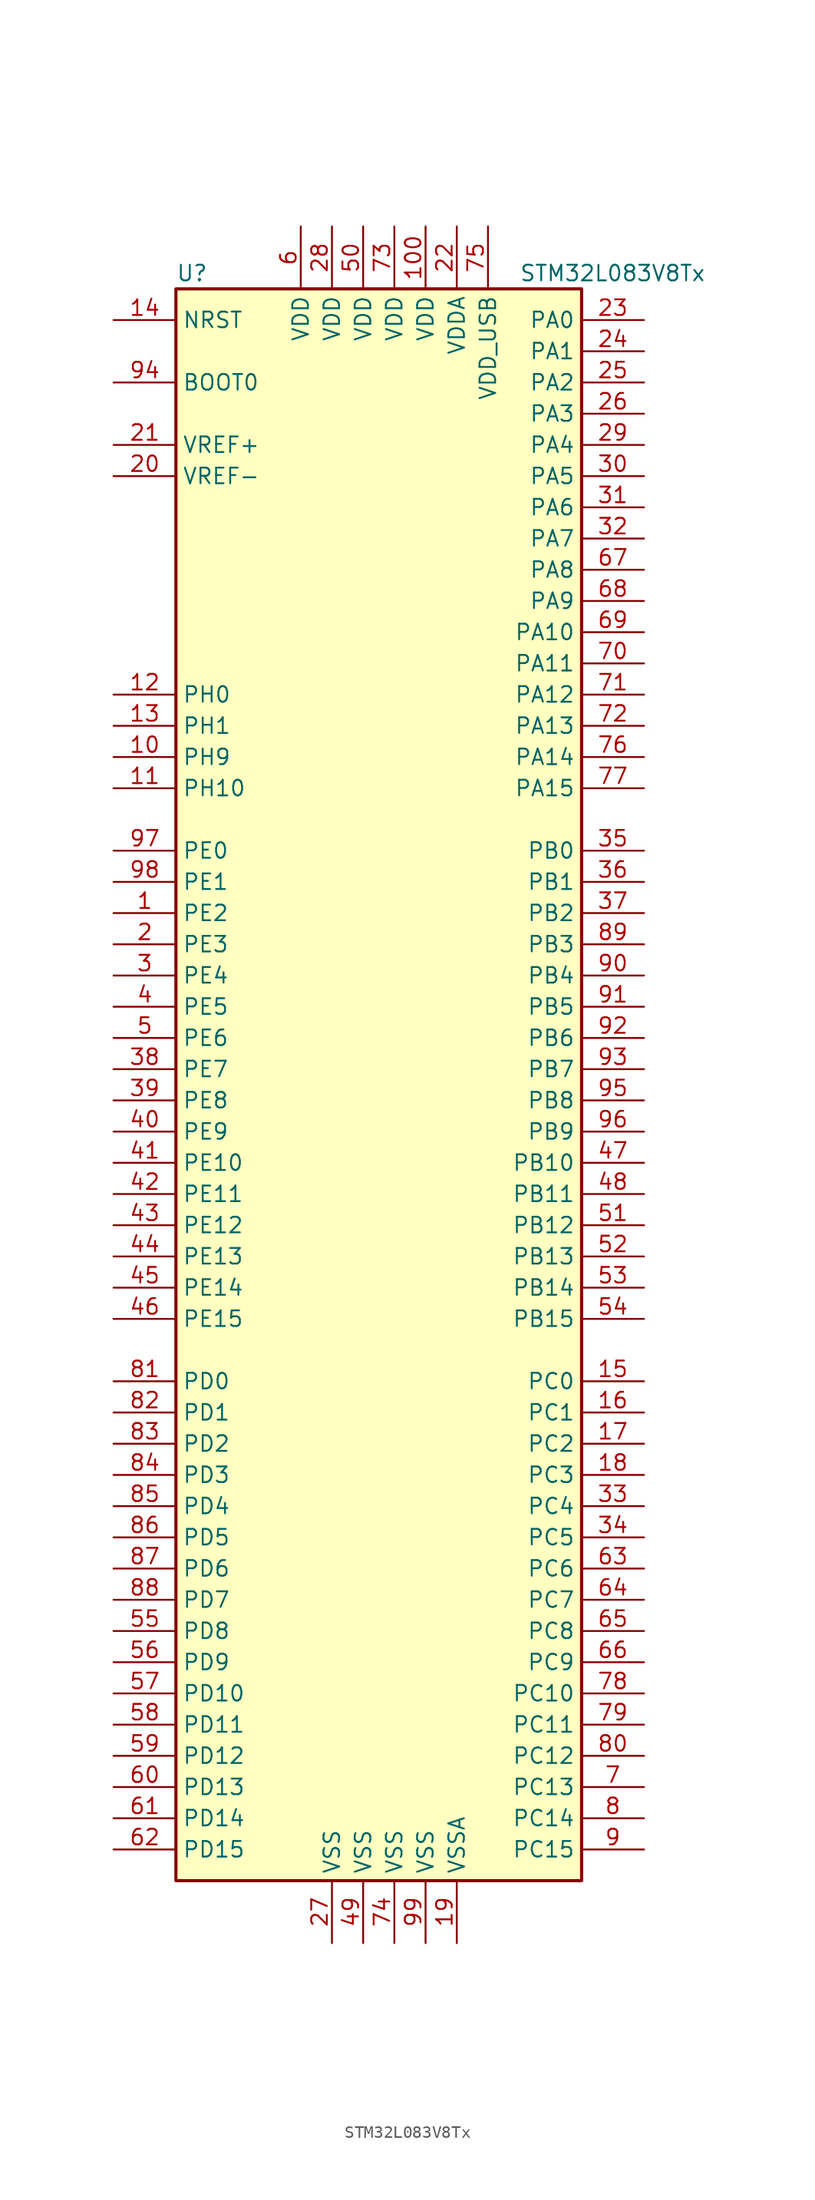
<source format=kicad_sym>
(kicad_symbol_lib
  (version 20201005)
  (generator kicad_symbol_editor)
  (symbol "STM32L083V8Tx"
    (property "Reference" "U"
      (at -17.78 64.77 0)
      (effects (font (size 1.27 1.27)) (justify left)))
    (property "Value" "STM32L083V8Tx"
      (at 10.16 64.77 0)
      (effects (font (size 1.27 1.27)) (justify left)))
    (symbol "STM32L083V8Tx_0_1"
      (rectangle (start -17.78 -66.04) (end 15.24 63.5) (stroke (width 0.254)) (fill (type background))))
    (symbol "STM32L083V8Tx_1_1"
      (pin bidirectional line (at -22.86 12.7 0) (length 5.08) (name "PE2" (effects (font (size 1.27 1.27)))) (number "1" (effects (font (size 1.27 1.27)))))
      (pin bidirectional line (at -22.86 25.4 0) (length 5.08) (name "PH9" (effects (font (size 1.27 1.27)))) (number "10" (effects (font (size 1.27 1.27)))))
      (pin power_in line (at 2.54 68.58 270) (length 5.08) (name "VDD" (effects (font (size 1.27 1.27)))) (number "100" (effects (font (size 1.27 1.27)))))
      (pin bidirectional line (at -22.86 22.86 0) (length 5.08) (name "PH10" (effects (font (size 1.27 1.27)))) (number "11" (effects (font (size 1.27 1.27)))))
      (pin input line (at -22.86 30.48 0) (length 5.08) (name "PH0" (effects (font (size 1.27 1.27)))) (number "12" (effects (font (size 1.27 1.27)))))
      (pin input line (at -22.86 27.94 0) (length 5.08) (name "PH1" (effects (font (size 1.27 1.27)))) (number "13" (effects (font (size 1.27 1.27)))))
      (pin input line (at -22.86 60.96 0) (length 5.08) (name "NRST" (effects (font (size 1.27 1.27)))) (number "14" (effects (font (size 1.27 1.27)))))
      (pin bidirectional line (at 20.32 -25.4 180) (length 5.08) (name "PC0" (effects (font (size 1.27 1.27)))) (number "15" (effects (font (size 1.27 1.27)))))
      (pin bidirectional line (at 20.32 -27.94 180) (length 5.08) (name "PC1" (effects (font (size 1.27 1.27)))) (number "16" (effects (font (size 1.27 1.27)))))
      (pin bidirectional line (at 20.32 -30.48 180) (length 5.08) (name "PC2" (effects (font (size 1.27 1.27)))) (number "17" (effects (font (size 1.27 1.27)))))
      (pin bidirectional line (at 20.32 -33.02 180) (length 5.08) (name "PC3" (effects (font (size 1.27 1.27)))) (number "18" (effects (font (size 1.27 1.27)))))
      (pin power_in line (at 5.08 -71.12 90) (length 5.08) (name "VSSA" (effects (font (size 1.27 1.27)))) (number "19" (effects (font (size 1.27 1.27)))))
      (pin bidirectional line (at -22.86 10.16 0) (length 5.08) (name "PE3" (effects (font (size 1.27 1.27)))) (number "2" (effects (font (size 1.27 1.27)))))
      (pin power_in line (at -22.86 48.26 0) (length 5.08) (name "VREF-" (effects (font (size 1.27 1.27)))) (number "20" (effects (font (size 1.27 1.27)))))
      (pin power_in line (at -22.86 50.8 0) (length 5.08) (name "VREF+" (effects (font (size 1.27 1.27)))) (number "21" (effects (font (size 1.27 1.27)))))
      (pin power_in line (at 5.08 68.58 270) (length 5.08) (name "VDDA" (effects (font (size 1.27 1.27)))) (number "22" (effects (font (size 1.27 1.27)))))
      (pin bidirectional line (at 20.32 60.96 180) (length 5.08) (name "PA0" (effects (font (size 1.27 1.27)))) (number "23" (effects (font (size 1.27 1.27)))))
      (pin bidirectional line (at 20.32 58.42 180) (length 5.08) (name "PA1" (effects (font (size 1.27 1.27)))) (number "24" (effects (font (size 1.27 1.27)))))
      (pin bidirectional line (at 20.32 55.88 180) (length 5.08) (name "PA2" (effects (font (size 1.27 1.27)))) (number "25" (effects (font (size 1.27 1.27)))))
      (pin bidirectional line (at 20.32 53.34 180) (length 5.08) (name "PA3" (effects (font (size 1.27 1.27)))) (number "26" (effects (font (size 1.27 1.27)))))
      (pin power_in line (at -5.08 -71.12 90) (length 5.08) (name "VSS" (effects (font (size 1.27 1.27)))) (number "27" (effects (font (size 1.27 1.27)))))
      (pin power_in line (at -5.08 68.58 270) (length 5.08) (name "VDD" (effects (font (size 1.27 1.27)))) (number "28" (effects (font (size 1.27 1.27)))))
      (pin bidirectional line (at 20.32 50.8 180) (length 5.08) (name "PA4" (effects (font (size 1.27 1.27)))) (number "29" (effects (font (size 1.27 1.27)))))
      (pin bidirectional line (at -22.86 7.62 0) (length 5.08) (name "PE4" (effects (font (size 1.27 1.27)))) (number "3" (effects (font (size 1.27 1.27)))))
      (pin bidirectional line (at 20.32 48.26 180) (length 5.08) (name "PA5" (effects (font (size 1.27 1.27)))) (number "30" (effects (font (size 1.27 1.27)))))
      (pin bidirectional line (at 20.32 45.72 180) (length 5.08) (name "PA6" (effects (font (size 1.27 1.27)))) (number "31" (effects (font (size 1.27 1.27)))))
      (pin bidirectional line (at 20.32 43.18 180) (length 5.08) (name "PA7" (effects (font (size 1.27 1.27)))) (number "32" (effects (font (size 1.27 1.27)))))
      (pin bidirectional line (at 20.32 -35.56 180) (length 5.08) (name "PC4" (effects (font (size 1.27 1.27)))) (number "33" (effects (font (size 1.27 1.27)))))
      (pin bidirectional line (at 20.32 -38.1 180) (length 5.08) (name "PC5" (effects (font (size 1.27 1.27)))) (number "34" (effects (font (size 1.27 1.27)))))
      (pin bidirectional line (at 20.32 17.78 180) (length 5.08) (name "PB0" (effects (font (size 1.27 1.27)))) (number "35" (effects (font (size 1.27 1.27)))))
      (pin bidirectional line (at 20.32 15.24 180) (length 5.08) (name "PB1" (effects (font (size 1.27 1.27)))) (number "36" (effects (font (size 1.27 1.27)))))
      (pin bidirectional line (at 20.32 12.7 180) (length 5.08) (name "PB2" (effects (font (size 1.27 1.27)))) (number "37" (effects (font (size 1.27 1.27)))))
      (pin bidirectional line (at -22.86 0 0) (length 5.08) (name "PE7" (effects (font (size 1.27 1.27)))) (number "38" (effects (font (size 1.27 1.27)))))
      (pin bidirectional line (at -22.86 -2.54 0) (length 5.08) (name "PE8" (effects (font (size 1.27 1.27)))) (number "39" (effects (font (size 1.27 1.27)))))
      (pin bidirectional line (at -22.86 5.08 0) (length 5.08) (name "PE5" (effects (font (size 1.27 1.27)))) (number "4" (effects (font (size 1.27 1.27)))))
      (pin bidirectional line (at -22.86 -5.08 0) (length 5.08) (name "PE9" (effects (font (size 1.27 1.27)))) (number "40" (effects (font (size 1.27 1.27)))))
      (pin bidirectional line (at -22.86 -7.62 0) (length 5.08) (name "PE10" (effects (font (size 1.27 1.27)))) (number "41" (effects (font (size 1.27 1.27)))))
      (pin bidirectional line (at -22.86 -10.16 0) (length 5.08) (name "PE11" (effects (font (size 1.27 1.27)))) (number "42" (effects (font (size 1.27 1.27)))))
      (pin bidirectional line (at -22.86 -12.7 0) (length 5.08) (name "PE12" (effects (font (size 1.27 1.27)))) (number "43" (effects (font (size 1.27 1.27)))))
      (pin bidirectional line (at -22.86 -15.24 0) (length 5.08) (name "PE13" (effects (font (size 1.27 1.27)))) (number "44" (effects (font (size 1.27 1.27)))))
      (pin bidirectional line (at -22.86 -17.78 0) (length 5.08) (name "PE14" (effects (font (size 1.27 1.27)))) (number "45" (effects (font (size 1.27 1.27)))))
      (pin bidirectional line (at -22.86 -20.32 0) (length 5.08) (name "PE15" (effects (font (size 1.27 1.27)))) (number "46" (effects (font (size 1.27 1.27)))))
      (pin bidirectional line (at 20.32 -7.62 180) (length 5.08) (name "PB10" (effects (font (size 1.27 1.27)))) (number "47" (effects (font (size 1.27 1.27)))))
      (pin bidirectional line (at 20.32 -10.16 180) (length 5.08) (name "PB11" (effects (font (size 1.27 1.27)))) (number "48" (effects (font (size 1.27 1.27)))))
      (pin power_in line (at -2.54 -71.12 90) (length 5.08) (name "VSS" (effects (font (size 1.27 1.27)))) (number "49" (effects (font (size 1.27 1.27)))))
      (pin bidirectional line (at -22.86 2.54 0) (length 5.08) (name "PE6" (effects (font (size 1.27 1.27)))) (number "5" (effects (font (size 1.27 1.27)))))
      (pin power_in line (at -2.54 68.58 270) (length 5.08) (name "VDD" (effects (font (size 1.27 1.27)))) (number "50" (effects (font (size 1.27 1.27)))))
      (pin bidirectional line (at 20.32 -12.7 180) (length 5.08) (name "PB12" (effects (font (size 1.27 1.27)))) (number "51" (effects (font (size 1.27 1.27)))))
      (pin bidirectional line (at 20.32 -15.24 180) (length 5.08) (name "PB13" (effects (font (size 1.27 1.27)))) (number "52" (effects (font (size 1.27 1.27)))))
      (pin bidirectional line (at 20.32 -17.78 180) (length 5.08) (name "PB14" (effects (font (size 1.27 1.27)))) (number "53" (effects (font (size 1.27 1.27)))))
      (pin bidirectional line (at 20.32 -20.32 180) (length 5.08) (name "PB15" (effects (font (size 1.27 1.27)))) (number "54" (effects (font (size 1.27 1.27)))))
      (pin bidirectional line (at -22.86 -45.72 0) (length 5.08) (name "PD8" (effects (font (size 1.27 1.27)))) (number "55" (effects (font (size 1.27 1.27)))))
      (pin bidirectional line (at -22.86 -48.26 0) (length 5.08) (name "PD9" (effects (font (size 1.27 1.27)))) (number "56" (effects (font (size 1.27 1.27)))))
      (pin bidirectional line (at -22.86 -50.8 0) (length 5.08) (name "PD10" (effects (font (size 1.27 1.27)))) (number "57" (effects (font (size 1.27 1.27)))))
      (pin bidirectional line (at -22.86 -53.34 0) (length 5.08) (name "PD11" (effects (font (size 1.27 1.27)))) (number "58" (effects (font (size 1.27 1.27)))))
      (pin bidirectional line (at -22.86 -55.88 0) (length 5.08) (name "PD12" (effects (font (size 1.27 1.27)))) (number "59" (effects (font (size 1.27 1.27)))))
      (pin power_in line (at -7.62 68.58 270) (length 5.08) (name "VDD" (effects (font (size 1.27 1.27)))) (number "6" (effects (font (size 1.27 1.27)))))
      (pin bidirectional line (at -22.86 -58.42 0) (length 5.08) (name "PD13" (effects (font (size 1.27 1.27)))) (number "60" (effects (font (size 1.27 1.27)))))
      (pin bidirectional line (at -22.86 -60.96 0) (length 5.08) (name "PD14" (effects (font (size 1.27 1.27)))) (number "61" (effects (font (size 1.27 1.27)))))
      (pin bidirectional line (at -22.86 -63.5 0) (length 5.08) (name "PD15" (effects (font (size 1.27 1.27)))) (number "62" (effects (font (size 1.27 1.27)))))
      (pin bidirectional line (at 20.32 -40.64 180) (length 5.08) (name "PC6" (effects (font (size 1.27 1.27)))) (number "63" (effects (font (size 1.27 1.27)))))
      (pin bidirectional line (at 20.32 -43.18 180) (length 5.08) (name "PC7" (effects (font (size 1.27 1.27)))) (number "64" (effects (font (size 1.27 1.27)))))
      (pin bidirectional line (at 20.32 -45.72 180) (length 5.08) (name "PC8" (effects (font (size 1.27 1.27)))) (number "65" (effects (font (size 1.27 1.27)))))
      (pin bidirectional line (at 20.32 -48.26 180) (length 5.08) (name "PC9" (effects (font (size 1.27 1.27)))) (number "66" (effects (font (size 1.27 1.27)))))
      (pin bidirectional line (at 20.32 40.64 180) (length 5.08) (name "PA8" (effects (font (size 1.27 1.27)))) (number "67" (effects (font (size 1.27 1.27)))))
      (pin bidirectional line (at 20.32 38.1 180) (length 5.08) (name "PA9" (effects (font (size 1.27 1.27)))) (number "68" (effects (font (size 1.27 1.27)))))
      (pin bidirectional line (at 20.32 35.56 180) (length 5.08) (name "PA10" (effects (font (size 1.27 1.27)))) (number "69" (effects (font (size 1.27 1.27)))))
      (pin bidirectional line (at 20.32 -58.42 180) (length 5.08) (name "PC13" (effects (font (size 1.27 1.27)))) (number "7" (effects (font (size 1.27 1.27)))))
      (pin bidirectional line (at 20.32 33.02 180) (length 5.08) (name "PA11" (effects (font (size 1.27 1.27)))) (number "70" (effects (font (size 1.27 1.27)))))
      (pin bidirectional line (at 20.32 30.48 180) (length 5.08) (name "PA12" (effects (font (size 1.27 1.27)))) (number "71" (effects (font (size 1.27 1.27)))))
      (pin bidirectional line (at 20.32 27.94 180) (length 5.08) (name "PA13" (effects (font (size 1.27 1.27)))) (number "72" (effects (font (size 1.27 1.27)))))
      (pin power_in line (at 0 68.58 270) (length 5.08) (name "VDD" (effects (font (size 1.27 1.27)))) (number "73" (effects (font (size 1.27 1.27)))))
      (pin power_in line (at 0 -71.12 90) (length 5.08) (name "VSS" (effects (font (size 1.27 1.27)))) (number "74" (effects (font (size 1.27 1.27)))))
      (pin power_in line (at 7.62 68.58 270) (length 5.08) (name "VDD_USB" (effects (font (size 1.27 1.27)))) (number "75" (effects (font (size 1.27 1.27)))))
      (pin bidirectional line (at 20.32 25.4 180) (length 5.08) (name "PA14" (effects (font (size 1.27 1.27)))) (number "76" (effects (font (size 1.27 1.27)))))
      (pin bidirectional line (at 20.32 22.86 180) (length 5.08) (name "PA15" (effects (font (size 1.27 1.27)))) (number "77" (effects (font (size 1.27 1.27)))))
      (pin bidirectional line (at 20.32 -50.8 180) (length 5.08) (name "PC10" (effects (font (size 1.27 1.27)))) (number "78" (effects (font (size 1.27 1.27)))))
      (pin bidirectional line (at 20.32 -53.34 180) (length 5.08) (name "PC11" (effects (font (size 1.27 1.27)))) (number "79" (effects (font (size 1.27 1.27)))))
      (pin bidirectional line (at 20.32 -60.96 180) (length 5.08) (name "PC14" (effects (font (size 1.27 1.27)))) (number "8" (effects (font (size 1.27 1.27)))))
      (pin bidirectional line (at 20.32 -55.88 180) (length 5.08) (name "PC12" (effects (font (size 1.27 1.27)))) (number "80" (effects (font (size 1.27 1.27)))))
      (pin bidirectional line (at -22.86 -25.4 0) (length 5.08) (name "PD0" (effects (font (size 1.27 1.27)))) (number "81" (effects (font (size 1.27 1.27)))))
      (pin bidirectional line (at -22.86 -27.94 0) (length 5.08) (name "PD1" (effects (font (size 1.27 1.27)))) (number "82" (effects (font (size 1.27 1.27)))))
      (pin bidirectional line (at -22.86 -30.48 0) (length 5.08) (name "PD2" (effects (font (size 1.27 1.27)))) (number "83" (effects (font (size 1.27 1.27)))))
      (pin bidirectional line (at -22.86 -33.02 0) (length 5.08) (name "PD3" (effects (font (size 1.27 1.27)))) (number "84" (effects (font (size 1.27 1.27)))))
      (pin bidirectional line (at -22.86 -35.56 0) (length 5.08) (name "PD4" (effects (font (size 1.27 1.27)))) (number "85" (effects (font (size 1.27 1.27)))))
      (pin bidirectional line (at -22.86 -38.1 0) (length 5.08) (name "PD5" (effects (font (size 1.27 1.27)))) (number "86" (effects (font (size 1.27 1.27)))))
      (pin bidirectional line (at -22.86 -40.64 0) (length 5.08) (name "PD6" (effects (font (size 1.27 1.27)))) (number "87" (effects (font (size 1.27 1.27)))))
      (pin bidirectional line (at -22.86 -43.18 0) (length 5.08) (name "PD7" (effects (font (size 1.27 1.27)))) (number "88" (effects (font (size 1.27 1.27)))))
      (pin bidirectional line (at 20.32 10.16 180) (length 5.08) (name "PB3" (effects (font (size 1.27 1.27)))) (number "89" (effects (font (size 1.27 1.27)))))
      (pin bidirectional line (at 20.32 -63.5 180) (length 5.08) (name "PC15" (effects (font (size 1.27 1.27)))) (number "9" (effects (font (size 1.27 1.27)))))
      (pin bidirectional line (at 20.32 7.62 180) (length 5.08) (name "PB4" (effects (font (size 1.27 1.27)))) (number "90" (effects (font (size 1.27 1.27)))))
      (pin bidirectional line (at 20.32 5.08 180) (length 5.08) (name "PB5" (effects (font (size 1.27 1.27)))) (number "91" (effects (font (size 1.27 1.27)))))
      (pin bidirectional line (at 20.32 2.54 180) (length 5.08) (name "PB6" (effects (font (size 1.27 1.27)))) (number "92" (effects (font (size 1.27 1.27)))))
      (pin bidirectional line (at 20.32 0 180) (length 5.08) (name "PB7" (effects (font (size 1.27 1.27)))) (number "93" (effects (font (size 1.27 1.27)))))
      (pin input line (at -22.86 55.88 0) (length 5.08) (name "BOOT0" (effects (font (size 1.27 1.27)))) (number "94" (effects (font (size 1.27 1.27)))))
      (pin bidirectional line (at 20.32 -2.54 180) (length 5.08) (name "PB8" (effects (font (size 1.27 1.27)))) (number "95" (effects (font (size 1.27 1.27)))))
      (pin bidirectional line (at 20.32 -5.08 180) (length 5.08) (name "PB9" (effects (font (size 1.27 1.27)))) (number "96" (effects (font (size 1.27 1.27)))))
      (pin bidirectional line (at -22.86 17.78 0) (length 5.08) (name "PE0" (effects (font (size 1.27 1.27)))) (number "97" (effects (font (size 1.27 1.27)))))
      (pin bidirectional line (at -22.86 15.24 0) (length 5.08) (name "PE1" (effects (font (size 1.27 1.27)))) (number "98" (effects (font (size 1.27 1.27)))))
      (pin power_in line (at 2.54 -71.12 90) (length 5.08) (name "VSS" (effects (font (size 1.27 1.27)))) (number "99" (effects (font (size 1.27 1.27))))))))
</source>
